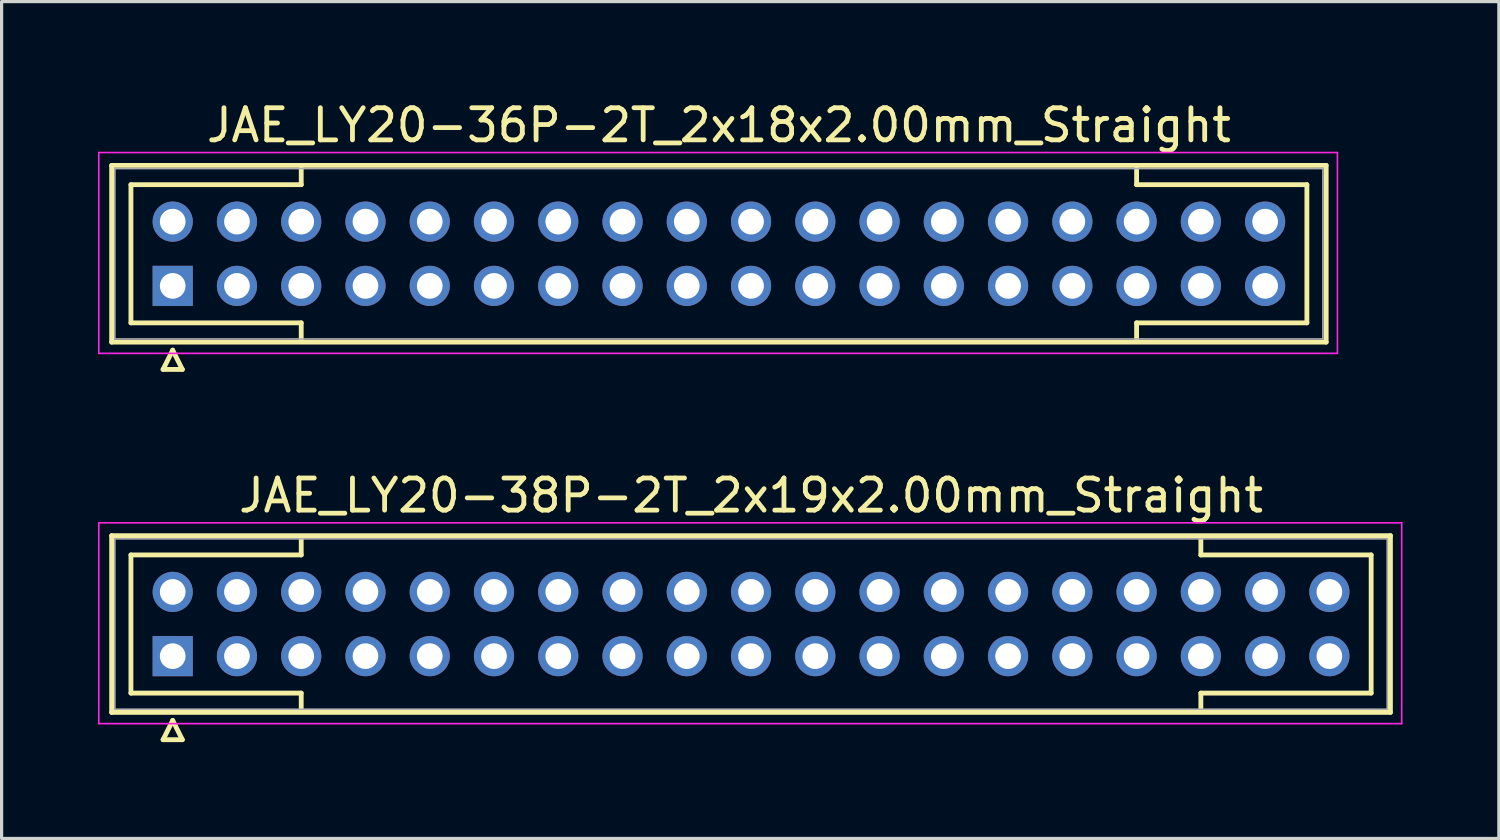
<source format=kicad_pcb>
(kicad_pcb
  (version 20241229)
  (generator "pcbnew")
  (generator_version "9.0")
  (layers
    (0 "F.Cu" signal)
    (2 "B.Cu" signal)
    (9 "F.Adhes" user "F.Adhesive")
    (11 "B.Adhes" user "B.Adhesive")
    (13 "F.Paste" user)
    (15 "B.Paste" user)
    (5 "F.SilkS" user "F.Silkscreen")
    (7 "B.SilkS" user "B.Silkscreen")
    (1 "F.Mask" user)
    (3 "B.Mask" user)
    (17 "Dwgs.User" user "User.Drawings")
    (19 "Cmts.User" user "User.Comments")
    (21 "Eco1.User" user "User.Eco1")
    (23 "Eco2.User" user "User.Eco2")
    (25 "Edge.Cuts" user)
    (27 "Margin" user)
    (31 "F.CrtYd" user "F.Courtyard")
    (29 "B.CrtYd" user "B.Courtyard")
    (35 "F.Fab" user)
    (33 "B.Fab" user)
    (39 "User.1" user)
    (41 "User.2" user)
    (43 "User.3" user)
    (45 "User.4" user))
  (footprint "JAE_LY20-36P-2T_2x18x2.00mm_Straight"
    (layer "F.Cu")
    (at 2.325 5.848)
    (property "Reference" "JAE_LY20-36P-2T_2x18x2.00mm_Straight" (at 17 -5 0) (layer "F.SilkS") (effects (font (size 1 1) (thickness 0.15))))
    (attr through_hole)
    (fp_line (start -1.9 -3.75) (end -1.9 1.75) (stroke (width 0.15) (type solid)) (layer "F.SilkS"))
    (fp_line (start -1.9 1.75) (end 35.9 1.75) (stroke (width 0.15) (type solid)) (layer "F.SilkS"))
    (fp_line (start -1.3 -3.15) (end 4 -3.15) (stroke (width 0.15) (type solid)) (layer "F.SilkS"))
    (fp_line (start -1.3 1.15) (end -1.3 -3.15) (stroke (width 0.15) (type solid)) (layer "F.SilkS"))
    (fp_line (start -0.3 2.6) (end 0.3 2.6) (stroke (width 0.15) (type solid)) (layer "F.SilkS"))
    (fp_line (start 0 2) (end -0.3 2.6) (stroke (width 0.15) (type solid)) (layer "F.SilkS"))
    (fp_line (start 0.3 2.6) (end 0 2) (stroke (width 0.15) (type solid)) (layer "F.SilkS"))
    (fp_line (start 4 -3.15) (end 4 -3.65) (stroke (width 0.15) (type solid)) (layer "F.SilkS"))
    (fp_line (start 4 1.15) (end -1.3 1.15) (stroke (width 0.15) (type solid)) (layer "F.SilkS"))
    (fp_line (start 4 1.65) (end 4 1.15) (stroke (width 0.15) (type solid)) (layer "F.SilkS"))
    (fp_line (start 30 -3.15) (end 30 -3.65) (stroke (width 0.15) (type solid)) (layer "F.SilkS"))
    (fp_line (start 30 1.15) (end 35.3 1.15) (stroke (width 0.15) (type solid)) (layer "F.SilkS"))
    (fp_line (start 30 1.65) (end 30 1.15) (stroke (width 0.15) (type solid)) (layer "F.SilkS"))
    (fp_line (start 35.3 -3.15) (end 30 -3.15) (stroke (width 0.15) (type solid)) (layer "F.SilkS"))
    (fp_line (start 35.3 1.15) (end 35.3 -3.15) (stroke (width 0.15) (type solid)) (layer "F.SilkS"))
    (fp_line (start 35.9 -3.75) (end -1.9 -3.75) (stroke (width 0.15) (type solid)) (layer "F.SilkS"))
    (fp_line (start 35.9 1.75) (end 35.9 -3.75) (stroke (width 0.15) (type solid)) (layer "F.SilkS"))
    (fp_line (start -2.3 -4.15) (end -2.3 2.1) (stroke (width 0.05) (type solid)) (layer "F.CrtYd"))
    (fp_line (start -2.3 2.1) (end 36.25 2.1) (stroke (width 0.05) (type solid)) (layer "F.CrtYd"))
    (fp_line (start 36.25 -4.15) (end -2.3 -4.15) (stroke (width 0.05) (type solid)) (layer "F.CrtYd"))
    (fp_line (start 36.25 2.1) (end 36.25 -4.15) (stroke (width 0.05) (type solid)) (layer "F.CrtYd"))
    (fp_line (start -1.8 -3.65) (end -1.8 1.65) (stroke (width 0.05) (type solid)) (layer "F.Fab"))
    (fp_line (start -1.8 1.65) (end 35.8 1.65) (stroke (width 0.05) (type solid)) (layer "F.Fab"))
    (fp_line (start 35.8 -3.65) (end -1.8 -3.65) (stroke (width 0.05) (type solid)) (layer "F.Fab"))
    (fp_line (start 35.8 1.65) (end 35.8 -3.65) (stroke (width 0.05) (type solid)) (layer "F.Fab"))
    (pad "1" thru_hole rect (at 0 0) (size 1.25 1.25) (drill 0.8) (layers "*.Cu" "*.Mask"))
    (pad "2" thru_hole circle (at 2 0) (size 1.25 1.25) (drill 0.8) (layers "*.Cu" "*.Mask"))
    (pad "3" thru_hole circle (at 4 0) (size 1.25 1.25) (drill 0.8) (layers "*.Cu" "*.Mask"))
    (pad "4" thru_hole circle (at 6 0) (size 1.25 1.25) (drill 0.8) (layers "*.Cu" "*.Mask"))
    (pad "5" thru_hole circle (at 8 0) (size 1.25 1.25) (drill 0.8) (layers "*.Cu" "*.Mask"))
    (pad "6" thru_hole circle (at 10 0) (size 1.25 1.25) (drill 0.8) (layers "*.Cu" "*.Mask"))
    (pad "7" thru_hole circle (at 12 0) (size 1.25 1.25) (drill 0.8) (layers "*.Cu" "*.Mask"))
    (pad "8" thru_hole circle (at 14 0) (size 1.25 1.25) (drill 0.8) (layers "*.Cu" "*.Mask"))
    (pad "9" thru_hole circle (at 16 0) (size 1.25 1.25) (drill 0.8) (layers "*.Cu" "*.Mask"))
    (pad "10" thru_hole circle (at 18 0) (size 1.25 1.25) (drill 0.8) (layers "*.Cu" "*.Mask"))
    (pad "11" thru_hole circle (at 20 0) (size 1.25 1.25) (drill 0.8) (layers "*.Cu" "*.Mask"))
    (pad "12" thru_hole circle (at 22 0) (size 1.25 1.25) (drill 0.8) (layers "*.Cu" "*.Mask"))
    (pad "13" thru_hole circle (at 24 0) (size 1.25 1.25) (drill 0.8) (layers "*.Cu" "*.Mask"))
    (pad "14" thru_hole circle (at 26 0) (size 1.25 1.25) (drill 0.8) (layers "*.Cu" "*.Mask"))
    (pad "15" thru_hole circle (at 28 0) (size 1.25 1.25) (drill 0.8) (layers "*.Cu" "*.Mask"))
    (pad "16" thru_hole circle (at 30 0) (size 1.25 1.25) (drill 0.8) (layers "*.Cu" "*.Mask"))
    (pad "17" thru_hole circle (at 32 0) (size 1.25 1.25) (drill 0.8) (layers "*.Cu" "*.Mask"))
    (pad "18" thru_hole circle (at 34 0) (size 1.25 1.25) (drill 0.8) (layers "*.Cu" "*.Mask"))
    (pad "19" thru_hole circle (at 0 -2) (size 1.25 1.25) (drill 0.8) (layers "*.Cu" "*.Mask"))
    (pad "20" thru_hole circle (at 2 -2) (size 1.25 1.25) (drill 0.8) (layers "*.Cu" "*.Mask"))
    (pad "21" thru_hole circle (at 4 -2) (size 1.25 1.25) (drill 0.8) (layers "*.Cu" "*.Mask"))
    (pad "22" thru_hole circle (at 6 -2) (size 1.25 1.25) (drill 0.8) (layers "*.Cu" "*.Mask"))
    (pad "23" thru_hole circle (at 8 -2) (size 1.25 1.25) (drill 0.8) (layers "*.Cu" "*.Mask"))
    (pad "24" thru_hole circle (at 10 -2) (size 1.25 1.25) (drill 0.8) (layers "*.Cu" "*.Mask"))
    (pad "25" thru_hole circle (at 12 -2) (size 1.25 1.25) (drill 0.8) (layers "*.Cu" "*.Mask"))
    (pad "26" thru_hole circle (at 14 -2) (size 1.25 1.25) (drill 0.8) (layers "*.Cu" "*.Mask"))
    (pad "27" thru_hole circle (at 16 -2) (size 1.25 1.25) (drill 0.8) (layers "*.Cu" "*.Mask"))
    (pad "28" thru_hole circle (at 18 -2) (size 1.25 1.25) (drill 0.8) (layers "*.Cu" "*.Mask"))
    (pad "29" thru_hole circle (at 20 -2) (size 1.25 1.25) (drill 0.8) (layers "*.Cu" "*.Mask"))
    (pad "30" thru_hole circle (at 22 -2) (size 1.25 1.25) (drill 0.8) (layers "*.Cu" "*.Mask"))
    (pad "31" thru_hole circle (at 24 -2) (size 1.25 1.25) (drill 0.8) (layers "*.Cu" "*.Mask"))
    (pad "32" thru_hole circle (at 26 -2) (size 1.25 1.25) (drill 0.8) (layers "*.Cu" "*.Mask"))
    (pad "33" thru_hole circle (at 28 -2) (size 1.25 1.25) (drill 0.8) (layers "*.Cu" "*.Mask"))
    (pad "34" thru_hole circle (at 30 -2) (size 1.25 1.25) (drill 0.8) (layers "*.Cu" "*.Mask"))
    (pad "35" thru_hole circle (at 32 -2) (size 1.25 1.25) (drill 0.8) (layers "*.Cu" "*.Mask"))
    (pad "36" thru_hole circle (at 34 -2) (size 1.25 1.25) (drill 0.8) (layers "*.Cu" "*.Mask")))
  (footprint "JAE_LY20-38P-2T_2x19x2.00mm_Straight"
    (layer "F.Cu")
    (at 2.325 17.372)
    (property "Reference" "JAE_LY20-38P-2T_2x19x2.00mm_Straight" (at 18 -5 0) (layer "F.SilkS") (effects (font (size 1 1) (thickness 0.15))))
    (attr through_hole)
    (fp_line (start -1.9 -3.75) (end -1.9 1.75) (stroke (width 0.15) (type solid)) (layer "F.SilkS"))
    (fp_line (start -1.9 1.75) (end 37.9 1.75) (stroke (width 0.15) (type solid)) (layer "F.SilkS"))
    (fp_line (start -1.3 -3.15) (end 4 -3.15) (stroke (width 0.15) (type solid)) (layer "F.SilkS"))
    (fp_line (start -1.3 1.15) (end -1.3 -3.15) (stroke (width 0.15) (type solid)) (layer "F.SilkS"))
    (fp_line (start -0.3 2.6) (end 0.3 2.6) (stroke (width 0.15) (type solid)) (layer "F.SilkS"))
    (fp_line (start 0 2) (end -0.3 2.6) (stroke (width 0.15) (type solid)) (layer "F.SilkS"))
    (fp_line (start 0.3 2.6) (end 0 2) (stroke (width 0.15) (type solid)) (layer "F.SilkS"))
    (fp_line (start 4 -3.15) (end 4 -3.65) (stroke (width 0.15) (type solid)) (layer "F.SilkS"))
    (fp_line (start 4 1.15) (end -1.3 1.15) (stroke (width 0.15) (type solid)) (layer "F.SilkS"))
    (fp_line (start 4 1.65) (end 4 1.15) (stroke (width 0.15) (type solid)) (layer "F.SilkS"))
    (fp_line (start 32 -3.15) (end 32 -3.65) (stroke (width 0.15) (type solid)) (layer "F.SilkS"))
    (fp_line (start 32 1.15) (end 37.3 1.15) (stroke (width 0.15) (type solid)) (layer "F.SilkS"))
    (fp_line (start 32 1.65) (end 32 1.15) (stroke (width 0.15) (type solid)) (layer "F.SilkS"))
    (fp_line (start 37.3 -3.15) (end 32 -3.15) (stroke (width 0.15) (type solid)) (layer "F.SilkS"))
    (fp_line (start 37.3 1.15) (end 37.3 -3.15) (stroke (width 0.15) (type solid)) (layer "F.SilkS"))
    (fp_line (start 37.9 -3.75) (end -1.9 -3.75) (stroke (width 0.15) (type solid)) (layer "F.SilkS"))
    (fp_line (start 37.9 1.75) (end 37.9 -3.75) (stroke (width 0.15) (type solid)) (layer "F.SilkS"))
    (fp_line (start -2.3 -4.15) (end -2.3 2.1) (stroke (width 0.05) (type solid)) (layer "F.CrtYd"))
    (fp_line (start -2.3 2.1) (end 38.25 2.1) (stroke (width 0.05) (type solid)) (layer "F.CrtYd"))
    (fp_line (start 38.25 -4.15) (end -2.3 -4.15) (stroke (width 0.05) (type solid)) (layer "F.CrtYd"))
    (fp_line (start 38.25 2.1) (end 38.25 -4.15) (stroke (width 0.05) (type solid)) (layer "F.CrtYd"))
    (fp_line (start -1.8 -3.65) (end -1.8 1.65) (stroke (width 0.05) (type solid)) (layer "F.Fab"))
    (fp_line (start -1.8 1.65) (end 37.8 1.65) (stroke (width 0.05) (type solid)) (layer "F.Fab"))
    (fp_line (start 37.8 -3.65) (end -1.8 -3.65) (stroke (width 0.05) (type solid)) (layer "F.Fab"))
    (fp_line (start 37.8 1.65) (end 37.8 -3.65) (stroke (width 0.05) (type solid)) (layer "F.Fab"))
    (pad "1" thru_hole rect (at 0 0) (size 1.25 1.25) (drill 0.8) (layers "*.Cu" "*.Mask"))
    (pad "2" thru_hole circle (at 2 0) (size 1.25 1.25) (drill 0.8) (layers "*.Cu" "*.Mask"))
    (pad "3" thru_hole circle (at 4 0) (size 1.25 1.25) (drill 0.8) (layers "*.Cu" "*.Mask"))
    (pad "4" thru_hole circle (at 6 0) (size 1.25 1.25) (drill 0.8) (layers "*.Cu" "*.Mask"))
    (pad "5" thru_hole circle (at 8 0) (size 1.25 1.25) (drill 0.8) (layers "*.Cu" "*.Mask"))
    (pad "6" thru_hole circle (at 10 0) (size 1.25 1.25) (drill 0.8) (layers "*.Cu" "*.Mask"))
    (pad "7" thru_hole circle (at 12 0) (size 1.25 1.25) (drill 0.8) (layers "*.Cu" "*.Mask"))
    (pad "8" thru_hole circle (at 14 0) (size 1.25 1.25) (drill 0.8) (layers "*.Cu" "*.Mask"))
    (pad "9" thru_hole circle (at 16 0) (size 1.25 1.25) (drill 0.8) (layers "*.Cu" "*.Mask"))
    (pad "10" thru_hole circle (at 18 0) (size 1.25 1.25) (drill 0.8) (layers "*.Cu" "*.Mask"))
    (pad "11" thru_hole circle (at 20 0) (size 1.25 1.25) (drill 0.8) (layers "*.Cu" "*.Mask"))
    (pad "12" thru_hole circle (at 22 0) (size 1.25 1.25) (drill 0.8) (layers "*.Cu" "*.Mask"))
    (pad "13" thru_hole circle (at 24 0) (size 1.25 1.25) (drill 0.8) (layers "*.Cu" "*.Mask"))
    (pad "14" thru_hole circle (at 26 0) (size 1.25 1.25) (drill 0.8) (layers "*.Cu" "*.Mask"))
    (pad "15" thru_hole circle (at 28 0) (size 1.25 1.25) (drill 0.8) (layers "*.Cu" "*.Mask"))
    (pad "16" thru_hole circle (at 30 0) (size 1.25 1.25) (drill 0.8) (layers "*.Cu" "*.Mask"))
    (pad "17" thru_hole circle (at 32 0) (size 1.25 1.25) (drill 0.8) (layers "*.Cu" "*.Mask"))
    (pad "18" thru_hole circle (at 34 0) (size 1.25 1.25) (drill 0.8) (layers "*.Cu" "*.Mask"))
    (pad "19" thru_hole circle (at 36 0) (size 1.25 1.25) (drill 0.8) (layers "*.Cu" "*.Mask"))
    (pad "20" thru_hole circle (at 0 -2) (size 1.25 1.25) (drill 0.8) (layers "*.Cu" "*.Mask"))
    (pad "21" thru_hole circle (at 2 -2) (size 1.25 1.25) (drill 0.8) (layers "*.Cu" "*.Mask"))
    (pad "22" thru_hole circle (at 4 -2) (size 1.25 1.25) (drill 0.8) (layers "*.Cu" "*.Mask"))
    (pad "23" thru_hole circle (at 6 -2) (size 1.25 1.25) (drill 0.8) (layers "*.Cu" "*.Mask"))
    (pad "24" thru_hole circle (at 8 -2) (size 1.25 1.25) (drill 0.8) (layers "*.Cu" "*.Mask"))
    (pad "25" thru_hole circle (at 10 -2) (size 1.25 1.25) (drill 0.8) (layers "*.Cu" "*.Mask"))
    (pad "26" thru_hole circle (at 12 -2) (size 1.25 1.25) (drill 0.8) (layers "*.Cu" "*.Mask"))
    (pad "27" thru_hole circle (at 14 -2) (size 1.25 1.25) (drill 0.8) (layers "*.Cu" "*.Mask"))
    (pad "28" thru_hole circle (at 16 -2) (size 1.25 1.25) (drill 0.8) (layers "*.Cu" "*.Mask"))
    (pad "29" thru_hole circle (at 18 -2) (size 1.25 1.25) (drill 0.8) (layers "*.Cu" "*.Mask"))
    (pad "30" thru_hole circle (at 20 -2) (size 1.25 1.25) (drill 0.8) (layers "*.Cu" "*.Mask"))
    (pad "31" thru_hole circle (at 22 -2) (size 1.25 1.25) (drill 0.8) (layers "*.Cu" "*.Mask"))
    (pad "32" thru_hole circle (at 24 -2) (size 1.25 1.25) (drill 0.8) (layers "*.Cu" "*.Mask"))
    (pad "33" thru_hole circle (at 26 -2) (size 1.25 1.25) (drill 0.8) (layers "*.Cu" "*.Mask"))
    (pad "34" thru_hole circle (at 28 -2) (size 1.25 1.25) (drill 0.8) (layers "*.Cu" "*.Mask"))
    (pad "35" thru_hole circle (at 30 -2) (size 1.25 1.25) (drill 0.8) (layers "*.Cu" "*.Mask"))
    (pad "36" thru_hole circle (at 32 -2) (size 1.25 1.25) (drill 0.8) (layers "*.Cu" "*.Mask"))
    (pad "37" thru_hole circle (at 34 -2) (size 1.25 1.25) (drill 0.8) (layers "*.Cu" "*.Mask"))
    (pad "38" thru_hole circle (at 36 -2) (size 1.25 1.25) (drill 0.8) (layers "*.Cu" "*.Mask")))
  (gr_rect
    (start -3 -3)
    (end 43.6 23.047)
    (stroke (width 0.1) (type default))
    (fill no)
    (layer "Edge.Cuts")))
</source>
